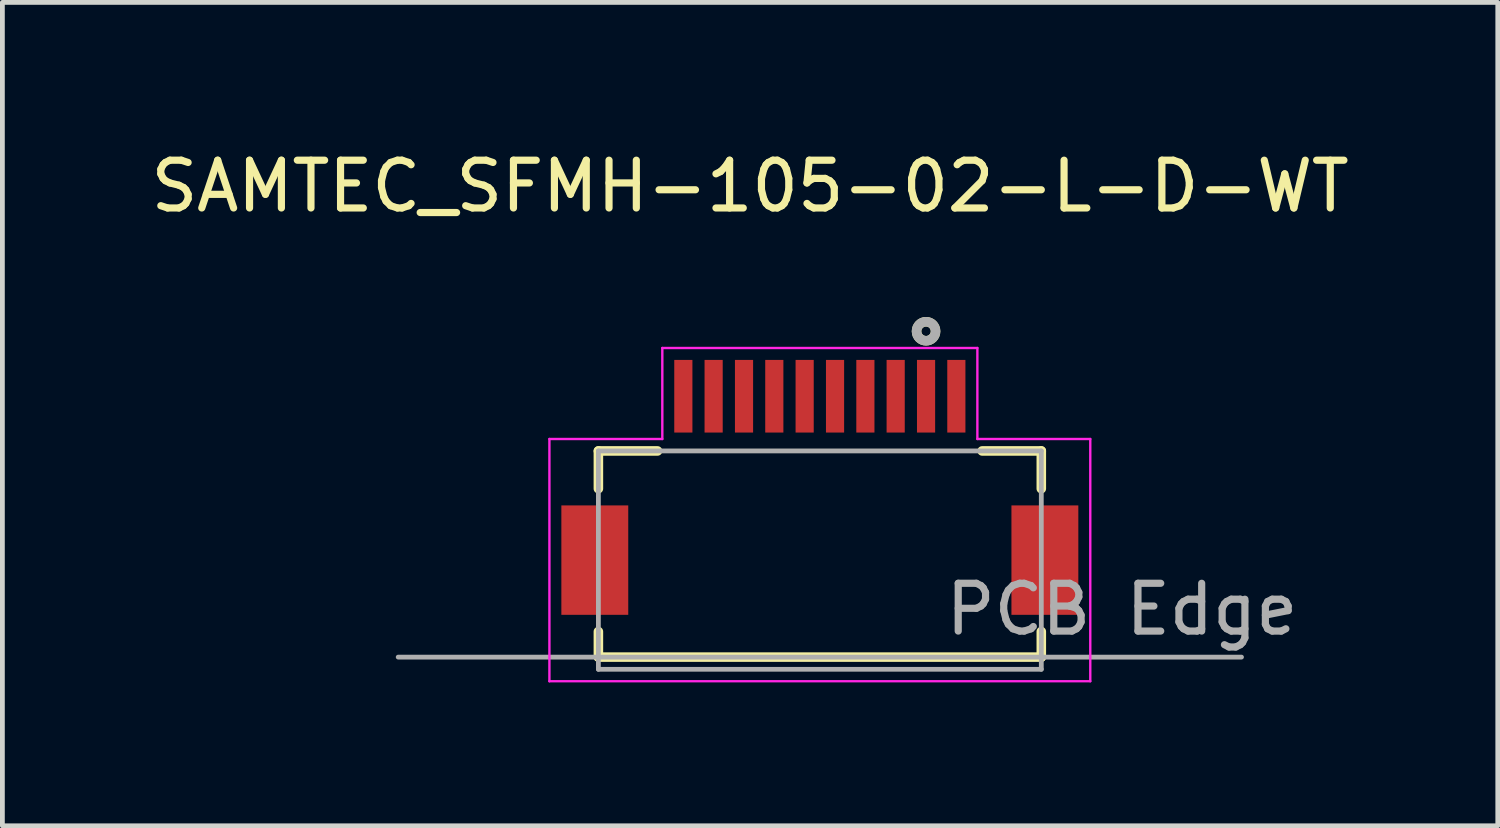
<source format=kicad_pcb>
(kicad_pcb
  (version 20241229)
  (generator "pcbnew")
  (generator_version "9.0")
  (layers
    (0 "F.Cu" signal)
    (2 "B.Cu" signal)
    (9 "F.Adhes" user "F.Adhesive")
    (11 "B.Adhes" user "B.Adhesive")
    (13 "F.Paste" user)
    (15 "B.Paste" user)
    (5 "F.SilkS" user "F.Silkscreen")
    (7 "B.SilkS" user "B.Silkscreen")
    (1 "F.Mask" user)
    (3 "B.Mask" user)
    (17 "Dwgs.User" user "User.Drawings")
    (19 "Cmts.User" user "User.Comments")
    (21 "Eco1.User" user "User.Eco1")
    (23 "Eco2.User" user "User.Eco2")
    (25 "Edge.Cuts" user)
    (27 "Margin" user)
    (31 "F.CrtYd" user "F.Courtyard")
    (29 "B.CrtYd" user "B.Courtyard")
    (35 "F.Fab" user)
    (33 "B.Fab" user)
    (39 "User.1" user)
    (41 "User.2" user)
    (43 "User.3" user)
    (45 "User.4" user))
  (footprint "SAMTEC_SFMH-105-02-L-D-WT"
    (layer "F.Cu")
    (at 14.109 8.673)
    (property "Reference" "SAMTEC_SFMH-105-02-L-D-WT" (at -1.46 -7.825 0) (layer "F.SilkS") (effects (font (size 1 1) (thickness 0.15))))
    (attr smd)
    (fp_line (start -4.635 -2.285) (end -3.397 -2.285) (stroke (width 0.2) (type solid)) (layer "F.SilkS"))
    (fp_line (start -4.635 -1.495) (end -4.635 -2.285) (stroke (width 0.2) (type solid)) (layer "F.SilkS"))
    (fp_line (start -4.635 2.03) (end -4.635 1.495) (stroke (width 0.2) (type solid)) (layer "F.SilkS"))
    (fp_line (start 3.397 -2.285) (end 4.635 -2.285) (stroke (width 0.2) (type solid)) (layer "F.SilkS"))
    (fp_line (start 4.635 -2.285) (end 4.635 -1.495) (stroke (width 0.2) (type solid)) (layer "F.SilkS"))
    (fp_line (start 4.635 1.495) (end 4.635 2.03) (stroke (width 0.2) (type solid)) (layer "F.SilkS"))
    (fp_line (start 4.635 2.03) (end -4.635 2.03) (stroke (width 0.2) (type solid)) (layer "F.SilkS"))
    (fp_circle (center 2.223 -4.79) (end 2.322 -4.79) (stroke (width 0.2) (type solid)) (fill no) (layer "F.SilkS"))
    (fp_line (start -5.66 -2.535) (end -3.297 -2.535) (stroke (width 0.05) (type solid)) (layer "F.CrtYd"))
    (fp_line (start -5.66 2.535) (end -5.66 -2.535) (stroke (width 0.05) (type solid)) (layer "F.CrtYd"))
    (fp_line (start -3.297 -4.44) (end 3.297 -4.44) (stroke (width 0.05) (type solid)) (layer "F.CrtYd"))
    (fp_line (start -3.297 -2.535) (end -3.297 -4.44) (stroke (width 0.05) (type solid)) (layer "F.CrtYd"))
    (fp_line (start 3.297 -4.44) (end 3.297 -2.535) (stroke (width 0.05) (type solid)) (layer "F.CrtYd"))
    (fp_line (start 3.297 -2.535) (end 5.66 -2.535) (stroke (width 0.05) (type solid)) (layer "F.CrtYd"))
    (fp_line (start 5.66 -2.535) (end 5.66 2.535) (stroke (width 0.05) (type solid)) (layer "F.CrtYd"))
    (fp_line (start 5.66 2.535) (end -5.66 2.535) (stroke (width 0.05) (type solid)) (layer "F.CrtYd"))
    (fp_line (start -8.825 2.03) (end 8.825 2.03) (stroke (width 0.1) (type solid)) (layer "F.Fab"))
    (fp_line (start -4.635 -2.285) (end 4.635 -2.285) (stroke (width 0.1) (type solid)) (layer "F.Fab"))
    (fp_line (start -4.635 2.285) (end -4.635 -2.285) (stroke (width 0.1) (type solid)) (layer "F.Fab"))
    (fp_line (start 4.635 -2.285) (end 4.635 2.285) (stroke (width 0.1) (type solid)) (layer "F.Fab"))
    (fp_line (start 4.635 2.285) (end -4.635 2.285) (stroke (width 0.1) (type solid)) (layer "F.Fab"))
    (fp_circle (center 2.223 -4.79) (end 2.322 -4.79) (stroke (width 0.2) (type solid)) (fill no) (layer "F.Fab"))
    (fp_text user "PCB Edge" (at 6.325 1.03 0) (layer "F.Fab") (effects (font (size 1 1) (thickness 0.15))))
    (pad "01" smd rect (at 2.223 -3.43) (size 0.38 1.52) (layers "F.Cu" "F.Mask" "F.Paste"))
    (pad "02" smd rect (at 2.857 -3.43) (size 0.38 1.52) (layers "F.Cu" "F.Mask" "F.Paste"))
    (pad "03" smd rect (at 0.953 -3.43) (size 0.38 1.52) (layers "F.Cu" "F.Mask" "F.Paste"))
    (pad "04" smd rect (at 1.587 -3.43) (size 0.38 1.52) (layers "F.Cu" "F.Mask" "F.Paste"))
    (pad "05" smd rect (at -0.318 -3.43) (size 0.38 1.52) (layers "F.Cu" "F.Mask" "F.Paste"))
    (pad "06" smd rect (at 0.318 -3.43) (size 0.38 1.52) (layers "F.Cu" "F.Mask" "F.Paste"))
    (pad "07" smd rect (at -1.587 -3.43) (size 0.38 1.52) (layers "F.Cu" "F.Mask" "F.Paste"))
    (pad "08" smd rect (at -0.953 -3.43) (size 0.38 1.52) (layers "F.Cu" "F.Mask" "F.Paste"))
    (pad "09" smd rect (at -2.857 -3.43) (size 0.38 1.52) (layers "F.Cu" "F.Mask" "F.Paste"))
    (pad "10" smd rect (at -2.223 -3.43) (size 0.38 1.52) (layers "F.Cu" "F.Mask" "F.Paste"))
    (pad "S1" smd rect (at -4.71 0) (size 1.4 2.29) (layers "F.Cu" "F.Mask" "F.Paste"))
    (pad "S2" smd rect (at 4.71 0) (size 1.4 2.29) (layers "F.Cu" "F.Mask" "F.Paste")))
  (gr_rect
    (start -3 -3)
    (end 28.298 14.233)
    (stroke (width 0.1) (type default))
    (fill no)
    (layer "Edge.Cuts")))
</source>
